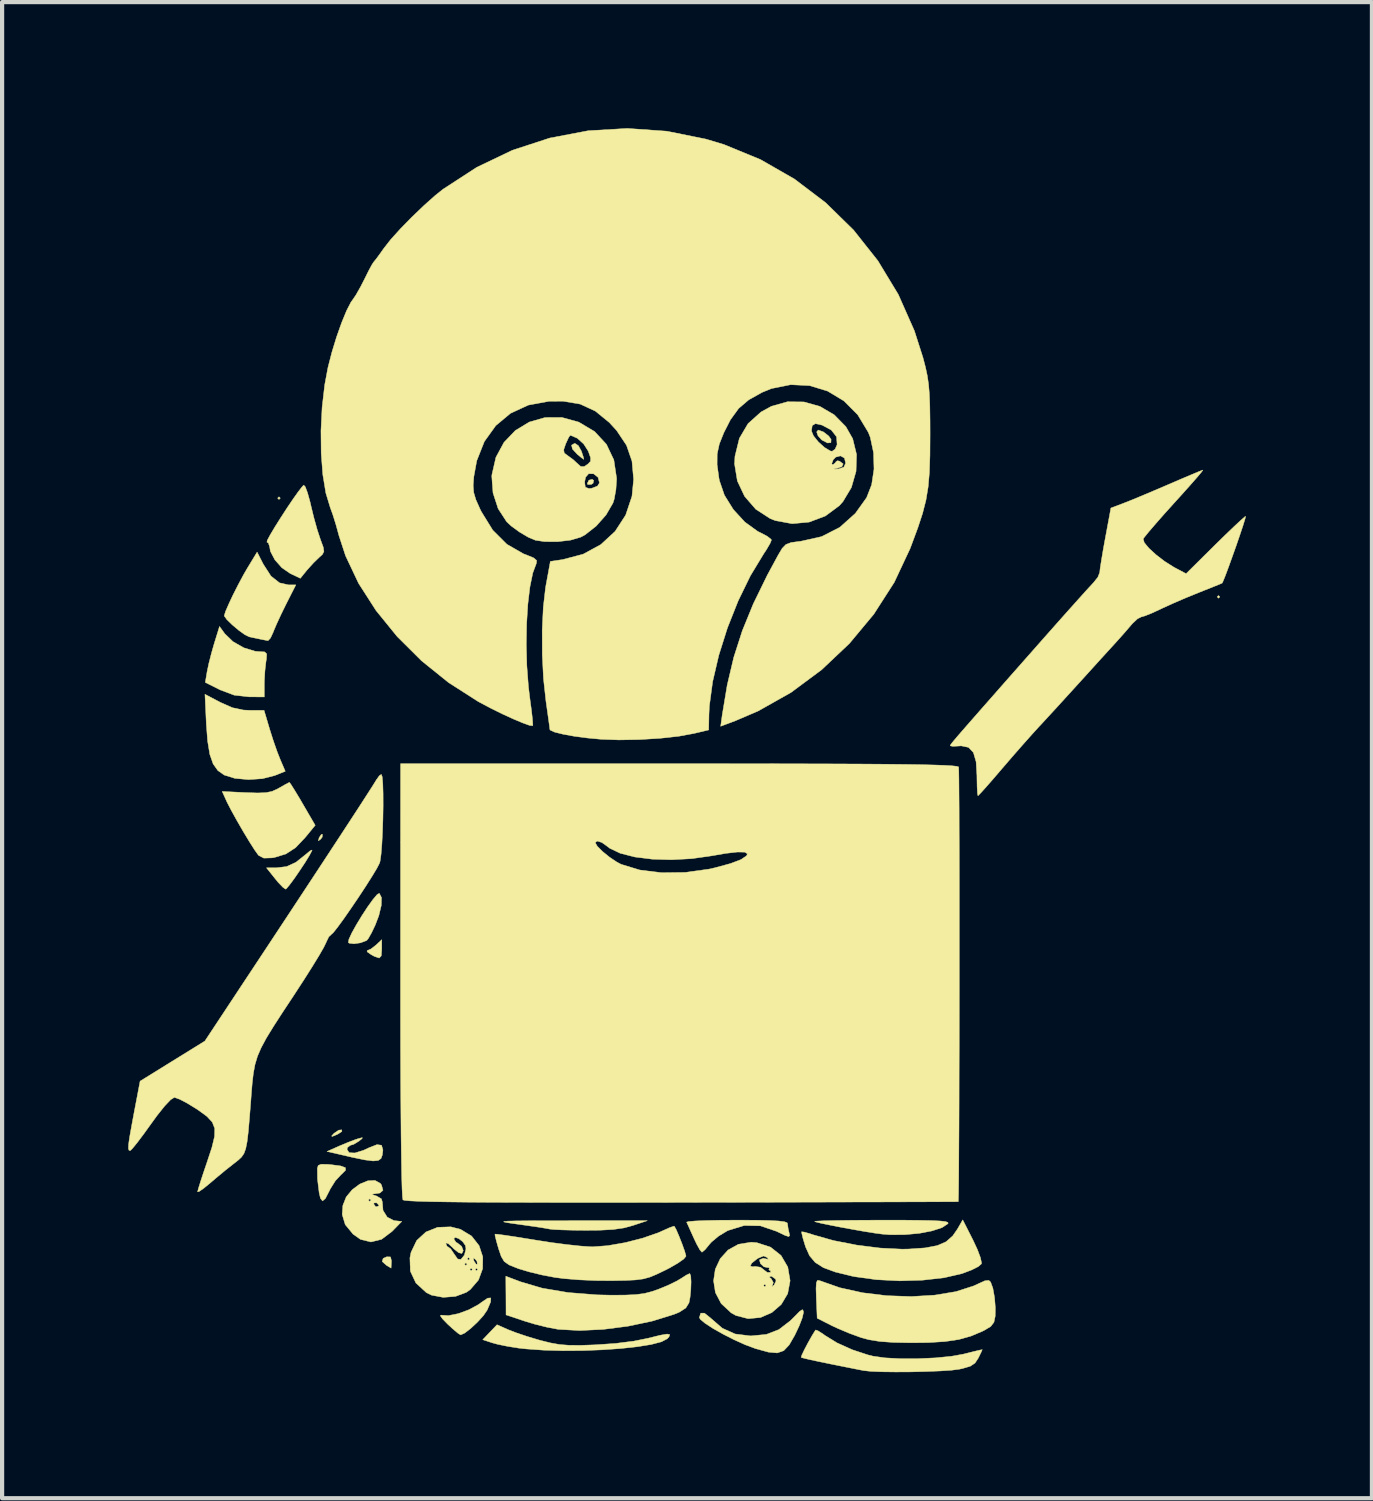
<source format=kicad_pcb>
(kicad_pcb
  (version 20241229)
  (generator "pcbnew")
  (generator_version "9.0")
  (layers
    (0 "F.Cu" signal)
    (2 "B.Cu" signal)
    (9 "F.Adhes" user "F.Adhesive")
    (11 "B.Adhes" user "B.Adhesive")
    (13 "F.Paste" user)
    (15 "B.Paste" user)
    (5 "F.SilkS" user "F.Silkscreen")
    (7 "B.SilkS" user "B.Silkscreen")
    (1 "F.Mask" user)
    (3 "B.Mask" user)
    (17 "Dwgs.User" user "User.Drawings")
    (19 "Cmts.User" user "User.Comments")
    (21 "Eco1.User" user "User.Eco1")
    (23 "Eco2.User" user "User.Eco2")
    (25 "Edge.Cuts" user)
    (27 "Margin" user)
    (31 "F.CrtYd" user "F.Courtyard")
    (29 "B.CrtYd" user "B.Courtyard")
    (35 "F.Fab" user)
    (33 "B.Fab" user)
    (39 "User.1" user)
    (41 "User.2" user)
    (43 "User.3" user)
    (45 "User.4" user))
  (footprint "BobaBot"
    (layer "F.Cu")
    (at 12.064 23.501)
    (property "Reference" "BobaBot" (at 0 0 0) (layer "F.SilkS") (effects (font (size 1.524 1.524) (thickness 0.3))))
    (attr through_hole)
    (fp_poly (pts (xy -8.445 -14.7) (xy -8.477 -14.668) (xy -8.509 -14.7) (xy -8.477 -14.732) (xy -8.445 -14.7)) (stroke (width 0.01) (type solid)) (fill yes) (layer "F.SilkS"))
    (fp_poly (pts (xy 3.239 3.651) (xy 3.207 3.683) (xy 3.175 3.651) (xy 3.207 3.619) (xy 3.239 3.651)) (stroke (width 0.01) (type solid)) (fill yes) (layer "F.SilkS"))
    (fp_poly (pts (xy 13.906 -12.351) (xy 13.875 -12.319) (xy 13.843 -12.351) (xy 13.875 -12.383) (xy 13.906 -12.351)) (stroke (width 0.01) (type solid)) (fill yes) (layer "F.SilkS"))
    (fp_poly (pts (xy -7.449 -6.634) (xy -7.485 -6.587) (xy -7.539 -6.547) (xy -7.525 -6.611) (xy -7.521 -6.623) (xy -7.47 -6.7) (xy -7.442 -6.701) (xy -7.449 -6.634)) (stroke (width 0.01) (type solid)) (fill yes) (layer "F.SilkS"))
    (fp_poly (pts (xy -0.989 -15.121) (xy -1.005 -15.053) (xy -1.048 -15.026) (xy -1.13 -15.023) (xy -1.143 -15.048) (xy -1.103 -15.128) (xy -1.025 -15.148) (xy -0.989 -15.121)) (stroke (width 0.01) (type solid)) (fill yes) (layer "F.SilkS"))
    (fp_poly (pts (xy -6.98 0.367) (xy -7.072 0.427) (xy -7.089 0.436) (xy -7.208 0.486) (xy -7.226 0.476) (xy -7.166 0.41) (xy -7.055 0.336) (xy -6.984 0.328) (xy -6.98 0.367)) (stroke (width 0.01) (type solid)) (fill yes) (layer "F.SilkS"))
    (fp_poly (pts (xy -5.823 3.352) (xy -5.801 3.445) (xy -5.802 3.469) (xy -5.808 3.583) (xy -5.81 3.618) (xy -5.857 3.589) (xy -5.921 3.551) (xy -6.022 3.461) (xy -5.998 3.386) (xy -5.913 3.349) (xy -5.823 3.352)) (stroke (width 0.01) (type solid)) (fill yes) (layer "F.SilkS"))
    (fp_poly (pts (xy -6.032 -3.971) (xy -6.043 -3.812) (xy -6.092 -3.759) (xy -6.207 -3.798) (xy -6.287 -3.842) (xy -6.378 -3.906) (xy -6.38 -3.935) (xy -6.378 -3.935) (xy -6.287 -3.976) (xy -6.171 -4.066) (xy -6.032 -4.196) (xy -6.032 -3.971)) (stroke (width 0.01) (type solid)) (fill yes) (layer "F.SilkS"))
    (fp_poly (pts (xy 4.475 -16.276) (xy 4.6 -16.179) (xy 4.658 -16.099) (xy 4.654 -16.02) (xy 4.573 -16.013) (xy 4.444 -16.079) (xy 4.429 -16.09) (xy 4.347 -16.183) (xy 4.315 -16.275) (xy 4.35 -16.319) (xy 4.354 -16.32) (xy 4.475 -16.276)) (stroke (width 0.01) (type solid)) (fill yes) (layer "F.SilkS"))
    (fp_poly (pts (xy -1.354 -15.948) (xy -1.282 -15.818) (xy -1.28 -15.812) (xy -1.237 -15.681) (xy -1.225 -15.623) (xy -1.226 -15.623) (xy -1.278 -15.66) (xy -1.381 -15.744) (xy -1.495 -15.868) (xy -1.517 -15.961) (xy -1.445 -16.002) (xy -1.435 -16.002) (xy -1.354 -15.948)) (stroke (width 0.01) (type solid)) (fill yes) (layer "F.SilkS"))
    (fp_poly (pts (xy -7.691 -6.318) (xy -7.748 -6.208) (xy -7.849 -6.042) (xy -7.976 -5.85) (xy -8.106 -5.66) (xy -8.221 -5.504) (xy -8.299 -5.411) (xy -8.319 -5.397) (xy -8.385 -5.443) (xy -8.497 -5.56) (xy -8.572 -5.652) (xy -8.774 -5.905) (xy -8.542 -5.905) (xy -8.296 -5.935) (xy -8.075 -6.036) (xy -7.85 -6.215) (xy -7.742 -6.305) (xy -7.691 -6.329) (xy -7.691 -6.318)) (stroke (width 0.01) (type solid)) (fill yes) (layer "F.SilkS"))
    (fp_poly (pts (xy -7.322 1.15) (xy -7.238 1.157) (xy -7.009 1.187) (xy -6.897 1.228) (xy -6.892 1.289) (xy -6.984 1.382) (xy -7.003 1.398) (xy -7.136 1.541) (xy -7.257 1.734) (xy -7.279 1.78) (xy -7.372 1.961) (xy -7.44 2.02) (xy -7.49 1.958) (xy -7.521 1.826) (xy -7.561 1.499) (xy -7.564 1.246) (xy -7.544 1.176) (xy -7.474 1.147) (xy -7.322 1.15)) (stroke (width 0.01) (type solid)) (fill yes) (layer "F.SilkS"))
    (fp_poly (pts (xy -6.038 -5.197) (xy -6.043 -5.011) (xy -6.101 -4.769) (xy -6.184 -4.55) (xy -6.274 -4.361) (xy -6.352 -4.223) (xy -6.391 -4.176) (xy -6.536 -4.121) (xy -6.693 -4.098) (xy -6.806 -4.112) (xy -6.827 -4.129) (xy -6.813 -4.206) (xy -6.744 -4.356) (xy -6.635 -4.552) (xy -6.504 -4.768) (xy -6.367 -4.977) (xy -6.241 -5.152) (xy -6.143 -5.268) (xy -6.09 -5.299) (xy -6.038 -5.197)) (stroke (width 0.01) (type solid)) (fill yes) (layer "F.SilkS"))
    (fp_poly (pts (xy -3.441 4.42) (xy -3.523 4.614) (xy -3.528 4.623) (xy -3.617 4.752) (xy -3.758 4.906) (xy -3.917 5.054) (xy -4.06 5.164) (xy -4.155 5.207) (xy -4.219 5.167) (xy -4.344 5.062) (xy -4.463 4.952) (xy -4.586 4.826) (xy -4.64 4.749) (xy -4.618 4.737) (xy -4.446 4.748) (xy -4.212 4.701) (xy -3.96 4.609) (xy -3.731 4.485) (xy -3.667 4.438) (xy -3.513 4.333) (xy -3.438 4.327) (xy -3.441 4.42)) (stroke (width 0.01) (type solid)) (fill yes) (layer "F.SilkS"))
    (fp_poly (pts (xy -9.875 -9.843) (xy -9.587 -9.715) (xy -9.325 -9.659) (xy -9.172 -9.652) (xy -8.832 -9.652) (xy -8.699 -9.204) (xy -8.613 -8.933) (xy -8.52 -8.667) (xy -8.446 -8.479) (xy -8.327 -8.202) (xy -8.578 -8.101) (xy -8.871 -8.026) (xy -9.205 -8.004) (xy -9.528 -8.034) (xy -9.779 -8.112) (xy -9.931 -8.219) (xy -10.043 -8.377) (xy -10.123 -8.605) (xy -10.175 -8.922) (xy -10.207 -9.345) (xy -10.208 -9.383) (xy -10.238 -10.034) (xy -9.875 -9.843)) (stroke (width 0.01) (type solid)) (fill yes) (layer "F.SilkS"))
    (fp_poly (pts (xy -9.765 -11.473) (xy -9.572 -11.287) (xy -9.312 -11.139) (xy -9.043 -11.057) (xy -8.948 -11.049) (xy -8.818 -11.042) (xy -8.769 -10.995) (xy -8.776 -10.871) (xy -8.786 -10.811) (xy -8.811 -10.592) (xy -8.825 -10.34) (xy -8.826 -10.271) (xy -8.826 -9.97) (xy -9.192 -9.973) (xy -9.543 -10.013) (xy -9.878 -10.139) (xy -9.893 -10.147) (xy -10.23 -10.316) (xy -10.187 -10.572) (xy -10.145 -10.771) (xy -10.079 -11.028) (xy -10.019 -11.237) (xy -9.892 -11.648) (xy -9.765 -11.473)) (stroke (width 0.01) (type solid)) (fill yes) (layer "F.SilkS"))
    (fp_poly (pts (xy -0.064 2.606) (xy -0.277 2.663) (xy -0.526 2.699) (xy -0.841 2.716) (xy -1.175 2.719) (xy -1.48 2.716) (xy -1.745 2.709) (xy -1.938 2.7) (xy -2.032 2.69) (xy -2.133 2.671) (xy -2.328 2.64) (xy -2.584 2.603) (xy -2.762 2.578) (xy -2.942 2.553) (xy -3.068 2.533) (xy -3.132 2.518) (xy -3.124 2.508) (xy -3.036 2.5) (xy -2.858 2.495) (xy -2.583 2.492) (xy -2.2 2.491) (xy -1.701 2.491) (xy -1.556 2.49) (xy 0.286 2.49) (xy -0.064 2.606)) (stroke (width 0.01) (type solid)) (fill yes) (layer "F.SilkS"))
    (fp_poly (pts (xy -6.5 0.536) (xy -6.572 0.595) (xy -6.699 0.673) (xy -6.779 0.696) (xy -6.849 0.75) (xy -6.858 0.794) (xy -6.809 0.872) (xy -6.672 0.879) (xy -6.465 0.815) (xy -6.339 0.756) (xy -6.146 0.68) (xy -6.037 0.695) (xy -6.004 0.806) (xy -6.018 0.925) (xy -6.049 1.01) (xy -6.115 1.057) (xy -6.236 1.069) (xy -6.433 1.044) (xy -6.724 0.984) (xy -6.858 0.953) (xy -7.334 0.843) (xy -7.048 0.716) (xy -6.843 0.63) (xy -6.659 0.56) (xy -6.604 0.542) (xy -6.495 0.513) (xy -6.5 0.536)) (stroke (width 0.01) (type solid)) (fill yes) (layer "F.SilkS"))
    (fp_poly (pts (xy 6.377 2.477) (xy 6.768 2.481) (xy 7.058 2.487) (xy 7.257 2.497) (xy 7.379 2.511) (xy 7.437 2.531) (xy 7.442 2.556) (xy 7.438 2.561) (xy 7.296 2.655) (xy 7.058 2.733) (xy 6.754 2.791) (xy 6.412 2.822) (xy 6.064 2.824) (xy 5.874 2.809) (xy 5.693 2.785) (xy 5.45 2.746) (xy 5.172 2.697) (xy 4.888 2.645) (xy 4.628 2.594) (xy 4.419 2.551) (xy 4.291 2.519) (xy 4.266 2.509) (xy 4.317 2.5) (xy 4.48 2.492) (xy 4.737 2.486) (xy 5.072 2.481) (xy 5.468 2.478) (xy 5.871 2.477) (xy 6.377 2.477)) (stroke (width 0.01) (type solid)) (fill yes) (layer "F.SilkS"))
    (fp_poly (pts (xy -8.849 -13.126) (xy -8.667 -12.845) (xy -8.463 -12.684) (xy -8.247 -12.636) (xy -8.076 -12.636) (xy -8.309 -12.176) (xy -8.43 -11.929) (xy -8.537 -11.697) (xy -8.609 -11.527) (xy -8.615 -11.509) (xy -8.678 -11.373) (xy -8.735 -11.311) (xy -8.742 -11.31) (xy -8.843 -11.329) (xy -8.922 -11.345) (xy -9.095 -11.381) (xy -9.186 -11.401) (xy -9.29 -11.452) (xy -9.436 -11.557) (xy -9.589 -11.686) (xy -9.715 -11.808) (xy -9.777 -11.894) (xy -9.779 -11.903) (xy -9.751 -11.998) (xy -9.676 -12.172) (xy -9.57 -12.398) (xy -9.446 -12.642) (xy -9.321 -12.876) (xy -9.23 -13.033) (xy -8.997 -13.417) (xy -8.849 -13.126)) (stroke (width 0.01) (type solid)) (fill yes) (layer "F.SilkS"))
    (fp_poly (pts (xy -8.19 -7.886) (xy -8.104 -7.749) (xy -7.984 -7.551) (xy -7.912 -7.427) (xy -7.615 -6.917) (xy -7.851 -6.629) (xy -8.082 -6.385) (xy -8.312 -6.235) (xy -8.583 -6.152) (xy -8.646 -6.142) (xy -8.837 -6.136) (xy -8.957 -6.197) (xy -8.971 -6.212) (xy -9.056 -6.33) (xy -9.181 -6.527) (xy -9.329 -6.772) (xy -9.479 -7.032) (xy -9.613 -7.274) (xy -9.712 -7.466) (xy -9.726 -7.496) (xy -9.828 -7.722) (xy -9.266 -7.695) (xy -8.981 -7.686) (xy -8.784 -7.694) (xy -8.641 -7.724) (xy -8.513 -7.782) (xy -8.476 -7.803) (xy -8.33 -7.886) (xy -8.24 -7.933) (xy -8.228 -7.938) (xy -8.19 -7.886)) (stroke (width 0.01) (type solid)) (fill yes) (layer "F.SilkS"))
    (fp_poly (pts (xy -7.85 -14.968) (xy -7.798 -14.828) (xy -7.739 -14.617) (xy -7.717 -14.522) (xy -7.647 -14.234) (xy -7.568 -13.952) (xy -7.496 -13.732) (xy -7.488 -13.709) (xy -7.423 -13.532) (xy -7.408 -13.43) (xy -7.444 -13.36) (xy -7.515 -13.296) (xy -7.653 -13.163) (xy -7.8 -13) (xy -7.813 -12.985) (xy -7.969 -12.793) (xy -8.209 -12.907) (xy -8.408 -13.044) (xy -8.576 -13.234) (xy -8.681 -13.435) (xy -8.699 -13.541) (xy -8.73 -13.636) (xy -8.764 -13.652) (xy -8.753 -13.701) (xy -8.684 -13.83) (xy -8.573 -14.016) (xy -8.435 -14.235) (xy -8.286 -14.465) (xy -8.14 -14.681) (xy -8.014 -14.859) (xy -7.921 -14.977) (xy -7.887 -15.01) (xy -7.85 -14.968)) (stroke (width 0.01) (type solid)) (fill yes) (layer "F.SilkS"))
    (fp_poly (pts (xy 3.999 4.64) (xy 4 4.68) (xy 3.972 4.803) (xy 3.898 4.995) (xy 3.794 5.215) (xy 3.793 5.217) (xy 3.661 5.445) (xy 3.532 5.582) (xy 3.377 5.636) (xy 3.166 5.617) (xy 2.871 5.536) (xy 2.85 5.529) (xy 2.616 5.442) (xy 2.354 5.324) (xy 2.091 5.19) (xy 1.851 5.055) (xy 1.661 4.931) (xy 1.546 4.835) (xy 1.524 4.794) (xy 1.557 4.689) (xy 1.646 4.69) (xy 1.78 4.796) (xy 1.784 4.8) (xy 2.07 5.048) (xy 2.375 5.185) (xy 2.736 5.23) (xy 2.757 5.23) (xy 3.118 5.195) (xy 3.416 5.08) (xy 3.693 4.867) (xy 3.782 4.778) (xy 3.91 4.648) (xy 3.976 4.605) (xy 3.999 4.64)) (stroke (width 0.01) (type solid)) (fill yes) (layer "F.SilkS"))
    (fp_poly (pts (xy -3.026 5.082) (xy -2.834 5.156) (xy -2.572 5.244) (xy -2.292 5.328) (xy -2.255 5.338) (xy -2.015 5.398) (xy -1.8 5.436) (xy -1.573 5.454) (xy -1.295 5.455) (xy -0.954 5.443) (xy -0.472 5.41) (xy -0.035 5.355) (xy 0.316 5.284) (xy 0.318 5.283) (xy 0.591 5.215) (xy 0.755 5.187) (xy 0.821 5.2) (xy 0.801 5.254) (xy 0.758 5.3) (xy 0.622 5.371) (xy 0.378 5.435) (xy 0.049 5.488) (xy -0.346 5.531) (xy -0.787 5.562) (xy -1.254 5.58) (xy -1.725 5.583) (xy -2.181 5.57) (xy -2.602 5.54) (xy -2.783 5.52) (xy -3.038 5.479) (xy -3.277 5.43) (xy -3.408 5.394) (xy -3.63 5.321) (xy -3.29 4.965) (xy -3.026 5.082)) (stroke (width 0.01) (type solid)) (fill yes) (layer "F.SilkS"))
    (fp_poly (pts (xy 2.851 2.478) (xy 3.181 2.485) (xy 3.409 2.497) (xy 3.549 2.515) (xy 3.613 2.54) (xy 3.62 2.556) (xy 3.637 2.68) (xy 3.658 2.771) (xy 3.673 2.845) (xy 3.649 2.868) (xy 3.563 2.84) (xy 3.39 2.757) (xy 3.367 2.745) (xy 2.976 2.612) (xy 2.593 2.604) (xy 2.208 2.722) (xy 2.187 2.732) (xy 1.985 2.854) (xy 1.812 2.998) (xy 1.762 3.055) (xy 1.662 3.177) (xy 1.591 3.237) (xy 1.584 3.239) (xy 1.537 3.185) (xy 1.461 3.048) (xy 1.393 2.905) (xy 1.308 2.716) (xy 1.244 2.574) (xy 1.221 2.524) (xy 1.273 2.509) (xy 1.433 2.496) (xy 1.683 2.486) (xy 2.003 2.479) (xy 2.374 2.477) (xy 2.408 2.477) (xy 2.851 2.478)) (stroke (width 0.01) (type solid)) (fill yes) (layer "F.SilkS"))
    (fp_poly (pts (xy 4.381 3.914) (xy 4.864 4.084) (xy 5.408 4.204) (xy 5.984 4.274) (xy 6.565 4.294) (xy 7.122 4.261) (xy 7.628 4.177) (xy 8.054 4.04) (xy 8.154 3.993) (xy 8.318 3.919) (xy 8.41 3.91) (xy 8.453 3.949) (xy 8.507 4.096) (xy 8.547 4.319) (xy 8.566 4.567) (xy 8.562 4.764) (xy 8.532 4.907) (xy 8.456 5.006) (xy 8.299 5.1) (xy 8.255 5.122) (xy 7.984 5.236) (xy 7.698 5.316) (xy 7.368 5.365) (xy 6.967 5.39) (xy 6.553 5.394) (xy 6.137 5.386) (xy 5.817 5.363) (xy 5.561 5.322) (xy 5.378 5.273) (xy 5.1 5.172) (xy 4.804 5.047) (xy 4.668 4.983) (xy 4.327 4.81) (xy 4.307 4.341) (xy 4.3 4.1) (xy 4.308 3.964) (xy 4.334 3.909) (xy 4.381 3.914)) (stroke (width 0.01) (type solid)) (fill yes) (layer "F.SilkS"))
    (fp_poly (pts (xy 8.031 2.945) (xy 8.138 3.174) (xy 8.211 3.369) (xy 8.238 3.496) (xy 8.235 3.516) (xy 8.16 3.582) (xy 7.996 3.664) (xy 7.779 3.746) (xy 7.766 3.75) (xy 7.341 3.848) (xy 6.834 3.905) (xy 6.286 3.921) (xy 5.736 3.893) (xy 5.223 3.822) (xy 5.144 3.806) (xy 4.757 3.711) (xy 4.477 3.608) (xy 4.28 3.483) (xy 4.145 3.323) (xy 4.051 3.113) (xy 4.043 3.088) (xy 3.988 2.907) (xy 3.959 2.784) (xy 3.957 2.753) (xy 4.021 2.761) (xy 4.163 2.802) (xy 4.234 2.826) (xy 4.715 2.962) (xy 5.265 3.07) (xy 5.828 3.141) (xy 6.349 3.167) (xy 6.505 3.164) (xy 6.895 3.137) (xy 7.183 3.082) (xy 7.395 2.99) (xy 7.553 2.85) (xy 7.666 2.686) (xy 7.79 2.47) (xy 8.031 2.945)) (stroke (width 0.01) (type solid)) (fill yes) (layer "F.SilkS"))
    (fp_poly (pts (xy 1.319 3.803) (xy 1.327 3.943) (xy 1.321 4.127) (xy 1.303 4.313) (xy 1.277 4.444) (xy 1.203 4.565) (xy 1.043 4.668) (xy 0.918 4.719) (xy 0.401 4.879) (xy -0.173 5) (xy -0.763 5.076) (xy -1.327 5.103) (xy -1.823 5.075) (xy -1.848 5.072) (xy -2.101 5.024) (xy -2.402 4.949) (xy -2.639 4.877) (xy -3.075 4.731) (xy -3.077 4.27) (xy -3.079 4.047) (xy -3.08 3.883) (xy -3.08 3.811) (xy -3.08 3.81) (xy -3.026 3.831) (xy -2.886 3.884) (xy -2.731 3.943) (xy -2.215 4.095) (xy -1.601 4.199) (xy -0.907 4.254) (xy -0.603 4.261) (xy -0.25 4.26) (xy 0.012 4.248) (xy 0.217 4.221) (xy 0.402 4.173) (xy 0.54 4.125) (xy 0.772 4.03) (xy 0.979 3.929) (xy 1.089 3.865) (xy 1.216 3.783) (xy 1.294 3.747) (xy 1.296 3.747) (xy 1.319 3.803)) (stroke (width 0.01) (type solid)) (fill yes) (layer "F.SilkS"))
    (fp_poly (pts (xy -6.062 1.605) (xy -6.037 1.643) (xy -6.003 1.767) (xy -6.077 1.832) (xy -6.186 1.848) (xy -6.265 1.857) (xy -6.229 1.879) (xy -6.16 1.9) (xy -6.04 1.97) (xy -6.018 2.045) (xy -6.002 2.244) (xy -5.902 2.405) (xy -5.745 2.486) (xy -5.734 2.488) (xy -5.556 2.508) (xy -5.788 2.746) (xy -6.036 2.933) (xy -6.289 2.996) (xy -6.538 2.935) (xy -6.715 2.809) (xy -6.901 2.583) (xy -6.973 2.343) (xy -6.957 2.127) (xy -6.943 2.092) (xy -6.223 2.092) (xy -6.177 2.156) (xy -6.16 2.159) (xy -6.098 2.137) (xy -6.096 2.131) (xy -6.14 2.077) (xy -6.16 2.064) (xy -6.218 2.069) (xy -6.223 2.092) (xy -6.943 2.092) (xy -6.907 2) (xy -6.35 2) (xy -6.318 2.032) (xy -6.287 2) (xy -6.318 1.968) (xy -6.35 2) (xy -6.907 2) (xy -6.878 1.926) (xy -6.734 1.752) (xy -6.555 1.619) (xy -6.365 1.541) (xy -6.192 1.532) (xy -6.062 1.605)) (stroke (width 0.01) (type solid)) (fill yes) (layer "F.SilkS"))
    (fp_poly (pts (xy 4.348 5.11) (xy 4.468 5.187) (xy 4.52 5.225) (xy 4.802 5.398) (xy 5.157 5.558) (xy 5.532 5.682) (xy 5.652 5.712) (xy 5.94 5.753) (xy 6.312 5.773) (xy 6.728 5.772) (xy 7.145 5.753) (xy 7.524 5.715) (xy 7.822 5.661) (xy 7.826 5.659) (xy 8.038 5.606) (xy 8.191 5.569) (xy 8.255 5.558) (xy 8.255 5.558) (xy 8.23 5.615) (xy 8.168 5.742) (xy 8.159 5.76) (xy 8.082 5.877) (xy 7.97 5.952) (xy 7.783 6.007) (xy 7.704 6.024) (xy 7.524 6.047) (xy 7.252 6.065) (xy 6.919 6.078) (xy 6.557 6.087) (xy 6.197 6.089) (xy 5.869 6.085) (xy 5.604 6.074) (xy 5.434 6.056) (xy 5.429 6.055) (xy 5.316 6.033) (xy 5.111 5.992) (xy 4.845 5.939) (xy 4.636 5.897) (xy 4.361 5.84) (xy 4.137 5.792) (xy 3.989 5.756) (xy 3.945 5.742) (xy 3.963 5.684) (xy 4.025 5.554) (xy 4.111 5.391) (xy 4.201 5.231) (xy 4.273 5.114) (xy 4.291 5.089) (xy 4.348 5.11)) (stroke (width 0.01) (type solid)) (fill yes) (layer "F.SilkS"))
    (fp_poly (pts (xy 0.973 2.701) (xy 1.04 2.857) (xy 1.113 3.042) (xy 1.174 3.213) (xy 1.205 3.324) (xy 1.206 3.336) (xy 1.153 3.401) (xy 1.011 3.501) (xy 0.806 3.619) (xy 0.718 3.664) (xy 0.51 3.764) (xy 0.346 3.832) (xy 0.19 3.875) (xy 0.009 3.899) (xy -0.23 3.911) (xy -0.563 3.917) (xy -0.568 3.917) (xy -0.942 3.914) (xy -1.334 3.897) (xy -1.691 3.868) (xy -1.911 3.84) (xy -2.216 3.782) (xy -2.522 3.708) (xy -2.771 3.634) (xy -2.803 3.622) (xy -3.002 3.542) (xy -3.118 3.461) (xy -3.19 3.341) (xy -3.252 3.159) (xy -3.305 2.973) (xy -3.336 2.845) (xy -3.338 2.809) (xy -3.273 2.813) (xy -3.105 2.836) (xy -2.856 2.873) (xy -2.548 2.923) (xy -2.375 2.951) (xy -2.003 3.009) (xy -1.636 3.057) (xy -1.312 3.092) (xy -1.065 3.11) (xy -1.012 3.111) (xy -0.657 3.084) (xy -0.243 3.012) (xy 0.175 2.905) (xy 0.542 2.778) (xy 0.657 2.727) (xy 0.813 2.657) (xy 0.912 2.622) (xy 0.928 2.621) (xy 0.973 2.701)) (stroke (width 0.01) (type solid)) (fill yes) (layer "F.SilkS"))
    (fp_poly (pts (xy 4.013 -16.989) (xy 4.392 -16.882) (xy 4.732 -16.683) (xy 5.009 -16.401) (xy 5.172 -16.115) (xy 5.264 -15.739) (xy 5.252 -15.339) (xy 5.141 -14.953) (xy 4.939 -14.616) (xy 4.852 -14.519) (xy 4.52 -14.274) (xy 4.136 -14.13) (xy 3.731 -14.092) (xy 3.331 -14.166) (xy 3.207 -14.215) (xy 2.865 -14.437) (xy 2.6 -14.744) (xy 2.428 -15.109) (xy 2.362 -15.509) (xy 2.362 -15.517) (xy 4.672 -15.517) (xy 4.698 -15.494) (xy 4.761 -15.541) (xy 4.763 -15.556) (xy 4.809 -15.59) (xy 4.858 -15.58) (xy 4.946 -15.515) (xy 4.916 -15.45) (xy 4.81 -15.413) (xy 4.723 -15.394) (xy 4.756 -15.39) (xy 4.826 -15.393) (xy 4.961 -15.437) (xy 5.004 -15.533) (xy 4.976 -15.654) (xy 4.882 -15.706) (xy 4.768 -15.676) (xy 4.708 -15.612) (xy 4.672 -15.517) (xy 2.362 -15.517) (xy 2.371 -15.696) (xy 2.476 -16.123) (xy 2.579 -16.298) (xy 4.191 -16.298) (xy 4.239 -16.182) (xy 4.355 -16.038) (xy 4.501 -15.906) (xy 4.637 -15.824) (xy 4.682 -15.814) (xy 4.754 -15.866) (xy 4.801 -15.973) (xy 4.788 -16.16) (xy 4.662 -16.321) (xy 4.444 -16.437) (xy 4.286 -16.473) (xy 4.209 -16.426) (xy 4.191 -16.298) (xy 2.579 -16.298) (xy 2.683 -16.474) (xy 2.991 -16.75) (xy 3.239 -16.886) (xy 3.62 -16.993) (xy 4.013 -16.989)) (stroke (width 0.01) (type solid)) (fill yes) (layer "F.SilkS"))
    (fp_poly (pts (xy -1.345 -16.509) (xy -0.967 -16.284) (xy -0.686 -15.98) (xy -0.51 -15.609) (xy -0.445 -15.177) (xy -0.445 -15.145) (xy -0.461 -14.902) (xy -0.502 -14.675) (xy -0.532 -14.582) (xy -0.695 -14.302) (xy -0.93 -14.036) (xy -1.193 -13.829) (xy -1.301 -13.771) (xy -1.544 -13.7) (xy -1.851 -13.664) (xy -2.162 -13.666) (xy -2.378 -13.699) (xy -2.547 -13.77) (xy -2.756 -13.894) (xy -2.953 -14.038) (xy -3.061 -14.139) (xy -3.263 -14.45) (xy -3.385 -14.824) (xy -3.404 -15.079) (xy -1.206 -15.079) (xy -1.188 -14.96) (xy -1.105 -14.929) (xy -1.038 -14.934) (xy -0.899 -14.988) (xy -0.853 -15.063) (xy -0.886 -15.195) (xy -0.992 -15.279) (xy -1.11 -15.281) (xy -1.183 -15.196) (xy -1.206 -15.079) (xy -3.404 -15.079) (xy -3.414 -15.215) (xy -3.411 -15.257) (xy -3.316 -15.672) (xy -3.22 -15.849) (xy -1.704 -15.849) (xy -1.689 -15.772) (xy -1.621 -15.721) (xy -1.477 -15.616) (xy -1.403 -15.547) (xy -1.298 -15.453) (xy -1.216 -15.451) (xy -1.128 -15.51) (xy -1.066 -15.575) (xy -1.063 -15.66) (xy -1.116 -15.811) (xy -1.119 -15.819) (xy -1.228 -15.989) (xy -1.38 -16.126) (xy -1.532 -16.191) (xy -1.551 -16.192) (xy -1.587 -16.141) (xy -1.646 -16.013) (xy -1.656 -15.991) (xy -1.704 -15.849) (xy -3.22 -15.849) (xy -3.124 -16.027) (xy -2.853 -16.31) (xy -2.521 -16.511) (xy -2.146 -16.618) (xy -1.747 -16.62) (xy -1.345 -16.509)) (stroke (width 0.01) (type solid)) (fill yes) (layer "F.SilkS"))
    (fp_poly (pts (xy 2.892 3.013) (xy 3.218 3.119) (xy 3.468 3.318) (xy 3.628 3.592) (xy 3.683 3.918) (xy 3.626 4.225) (xy 3.474 4.481) (xy 3.25 4.675) (xy 2.98 4.793) (xy 2.686 4.821) (xy 2.394 4.746) (xy 2.28 4.682) (xy 2.043 4.461) (xy 1.906 4.2) (xy 1.88 4.032) (xy 3.048 4.032) (xy 3.08 4.064) (xy 3.111 4.032) (xy 3.08 4) (xy 3.048 4.032) (xy 1.88 4.032) (xy 1.862 3.921) (xy 1.875 3.833) (xy 3.188 3.833) (xy 3.231 3.867) (xy 3.284 3.96) (xy 3.269 4.009) (xy 3.247 4.062) (xy 3.3 4.022) (xy 3.348 3.924) (xy 3.337 3.879) (xy 3.245 3.814) (xy 3.219 3.811) (xy 3.188 3.833) (xy 1.875 3.833) (xy 1.903 3.644) (xy 1.939 3.568) (xy 2.735 3.568) (xy 2.797 3.587) (xy 2.846 3.577) (xy 2.978 3.597) (xy 3.046 3.649) (xy 3.139 3.72) (xy 3.214 3.721) (xy 3.229 3.654) (xy 3.227 3.65) (xy 3.167 3.603) (xy 3.152 3.606) (xy 3.061 3.587) (xy 2.978 3.511) (xy 2.955 3.427) (xy 2.96 3.417) (xy 3.042 3.385) (xy 3.102 3.397) (xy 3.168 3.411) (xy 3.134 3.363) (xy 3.049 3.329) (xy 2.923 3.382) (xy 2.896 3.399) (xy 2.77 3.5) (xy 2.735 3.568) (xy 1.939 3.568) (xy 2.021 3.393) (xy 2.207 3.187) (xy 2.455 3.05) (xy 2.755 3.002) (xy 2.892 3.013)) (stroke (width 0.01) (type solid)) (fill yes) (layer "F.SilkS"))
    (fp_poly (pts (xy -4.159 2.695) (xy -3.894 2.856) (xy -3.716 3.083) (xy -3.628 3.351) (xy -3.632 3.633) (xy -3.73 3.9) (xy -3.925 4.127) (xy -4.019 4.194) (xy -4.277 4.291) (xy -4.57 4.314) (xy -4.846 4.262) (xy -4.972 4.2) (xy -5.22 3.972) (xy -5.35 3.695) (xy -5.352 3.651) (xy -3.937 3.651) (xy -3.905 3.683) (xy -3.873 3.651) (xy -3.81 3.651) (xy -3.778 3.683) (xy -3.747 3.651) (xy -3.778 3.619) (xy -3.81 3.651) (xy -3.873 3.651) (xy -3.905 3.619) (xy -3.937 3.651) (xy -5.352 3.651) (xy -5.357 3.524) (xy -4.064 3.524) (xy -4.032 3.556) (xy -4 3.524) (xy -4.032 3.493) (xy -4.064 3.524) (xy -5.357 3.524) (xy -5.362 3.374) (xy -5.335 3.241) (xy -5.235 3.033) (xy -4.508 3.033) (xy -4.475 3.106) (xy -4.456 3.111) (xy -4.391 3.161) (xy -4.318 3.27) (xy -4.226 3.402) (xy -4.146 3.411) (xy -4.136 3.397) (xy -4 3.397) (xy -3.969 3.429) (xy -3.937 3.397) (xy -3.962 3.372) (xy -3.856 3.372) (xy -3.842 3.436) (xy -3.838 3.448) (xy -3.787 3.525) (xy -3.759 3.526) (xy -3.766 3.459) (xy -3.802 3.412) (xy -3.856 3.372) (xy -3.962 3.372) (xy -3.969 3.365) (xy -4 3.397) (xy -4.136 3.397) (xy -4.066 3.307) (xy -4.029 3.163) (xy -4.04 3.083) (xy -4.106 2.988) (xy -4.201 2.915) (xy -4.285 2.887) (xy -4.318 2.921) (xy -4.267 3.001) (xy -4.228 3.023) (xy -4.132 3.099) (xy -4.093 3.201) (xy -4.126 3.27) (xy -4.202 3.251) (xy -4.317 3.16) (xy -4.346 3.129) (xy -4.448 3.037) (xy -4.505 3.02) (xy -4.508 3.033) (xy -5.235 3.033) (xy -5.2 2.96) (xy -4.981 2.758) (xy -4.703 2.647) (xy -4.389 2.636) (xy -4.159 2.695)) (stroke (width 0.01) (type solid)) (fill yes) (layer "F.SilkS"))
    (fp_poly (pts (xy -6.021 -8.069) (xy -6.007 -7.908) (xy -6 -7.671) (xy -5.999 -7.383) (xy -6.004 -7.07) (xy -6.014 -6.756) (xy -6.029 -6.467) (xy -6.048 -6.228) (xy -6.071 -6.064) (xy -6.084 -6.018) (xy -6.148 -5.893) (xy -6.264 -5.701) (xy -6.414 -5.464) (xy -6.585 -5.204) (xy -6.762 -4.943) (xy -6.93 -4.701) (xy -7.075 -4.502) (xy -7.181 -4.367) (xy -7.234 -4.318) (xy -7.291 -4.265) (xy -7.354 -4.135) (xy -7.358 -4.123) (xy -7.414 -4.009) (xy -7.528 -3.811) (xy -7.689 -3.548) (xy -7.884 -3.24) (xy -8.1 -2.908) (xy -8.105 -2.9) (xy -8.388 -2.472) (xy -8.609 -2.13) (xy -8.778 -1.854) (xy -8.901 -1.624) (xy -8.989 -1.421) (xy -9.048 -1.223) (xy -9.087 -1.012) (xy -9.115 -0.767) (xy -9.139 -0.468) (xy -9.145 -0.381) (xy -9.179 0.05) (xy -9.207 0.374) (xy -9.235 0.61) (xy -9.268 0.776) (xy -9.31 0.892) (xy -9.368 0.977) (xy -9.447 1.05) (xy -9.543 1.125) (xy -9.747 1.286) (xy -9.98 1.479) (xy -10.112 1.592) (xy -10.267 1.719) (xy -10.376 1.795) (xy -10.414 1.803) (xy -10.394 1.725) (xy -10.341 1.554) (xy -10.263 1.317) (xy -10.187 1.094) (xy -10.072 0.745) (xy -10.01 0.487) (xy -10.005 0.296) (xy -10.064 0.145) (xy -10.191 0.009) (xy -10.392 -0.138) (xy -10.448 -0.175) (xy -10.658 -0.304) (xy -10.84 -0.399) (xy -10.958 -0.441) (xy -10.969 -0.442) (xy -11.055 -0.388) (xy -11.195 -0.24) (xy -11.378 -0.011) (xy -11.525 0.192) (xy -11.7 0.435) (xy -11.851 0.635) (xy -11.962 0.771) (xy -12.017 0.824) (xy -12.017 0.824) (xy -12.046 0.814) (xy -12.059 0.77) (xy -12.055 0.673) (xy -12.031 0.505) (xy -11.985 0.247) (xy -11.924 -0.082) (xy -11.781 -0.83) (xy -11.011 -1.307) (xy -10.24 -1.784) (xy -9.287 -3.226) (xy -8.787 -3.982) (xy -8.317 -4.694) (xy -7.882 -5.354) (xy -7.486 -5.956) (xy -7.133 -6.494) (xy -6.828 -6.96) (xy -6.575 -7.348) (xy -6.379 -7.652) (xy -6.242 -7.865) (xy -6.171 -7.98) (xy -6.165 -7.991) (xy -6.09 -8.096) (xy -6.042 -8.128) (xy -6.021 -8.069)) (stroke (width 0.01) (type solid)) (fill yes) (layer "F.SilkS"))
    (fp_poly (pts (xy 2.152 -8.382) (xy 3.134 -8.381) (xy 4 -8.379) (xy 4.758 -8.377) (xy 5.413 -8.374) (xy 5.971 -8.37) (xy 6.439 -8.365) (xy 6.823 -8.359) (xy 7.128 -8.351) (xy 7.36 -8.343) (xy 7.527 -8.333) (xy 7.633 -8.322) (xy 7.685 -8.31) (xy 7.692 -8.303) (xy 7.696 -8.21) (xy 7.699 -8.005) (xy 7.701 -7.699) (xy 7.704 -7.303) (xy 7.705 -6.829) (xy 7.707 -6.289) (xy 7.708 -5.693) (xy 7.708 -5.054) (xy 7.708 -4.382) (xy 7.708 -3.69) (xy 7.708 -2.989) (xy 7.707 -2.291) (xy 7.706 -1.606) (xy 7.704 -0.947) (xy 7.703 -0.324) (xy 7.701 0.25) (xy 7.698 0.764) (xy 7.696 1.207) (xy 7.693 1.568) (xy 7.69 1.833) (xy 7.686 1.993) (xy 7.684 2.037) (xy 7.617 2.038) (xy 7.432 2.039) (xy 7.137 2.04) (xy 6.74 2.042) (xy 6.249 2.043) (xy 5.674 2.045) (xy 5.022 2.046) (xy 4.302 2.048) (xy 3.523 2.05) (xy 2.692 2.052) (xy 1.819 2.053) (xy 1.092 2.055) (xy -0.047 2.057) (xy -1.064 2.057) (xy -1.962 2.057) (xy -2.748 2.055) (xy -3.426 2.053) (xy -4 2.049) (xy -4.475 2.043) (xy -4.855 2.037) (xy -5.146 2.029) (xy -5.352 2.019) (xy -5.478 2.008) (xy -5.528 1.996) (xy -5.528 1.996) (xy -5.539 1.92) (xy -5.549 1.723) (xy -5.558 1.411) (xy -5.565 0.991) (xy -5.572 0.468) (xy -5.577 -0.152) (xy -5.582 -0.862) (xy -5.585 -1.657) (xy -5.586 -2.529) (xy -5.586 -3.229) (xy -5.585 -6.504) (xy -0.953 -6.504) (xy -0.904 -6.418) (xy -0.78 -6.294) (xy -0.615 -6.16) (xy -0.443 -6.044) (xy -0.336 -5.988) (xy 0.108 -5.853) (xy 0.626 -5.789) (xy 1.186 -5.796) (xy 1.756 -5.875) (xy 1.888 -5.905) (xy 2.261 -6.006) (xy 2.515 -6.102) (xy 2.647 -6.192) (xy 2.667 -6.238) (xy 2.607 -6.278) (xy 2.431 -6.281) (xy 2.145 -6.248) (xy 1.82 -6.191) (xy 1.341 -6.123) (xy 0.86 -6.097) (xy 0.401 -6.111) (xy -0.013 -6.163) (xy -0.358 -6.251) (xy -0.611 -6.372) (xy -0.671 -6.419) (xy -0.796 -6.508) (xy -0.903 -6.542) (xy -0.952 -6.509) (xy -0.953 -6.504) (xy -5.585 -6.504) (xy -5.584 -8.382) (xy 1.05 -8.382) (xy 2.152 -8.382)) (stroke (width 0.01) (type solid)) (fill yes) (layer "F.SilkS"))
    (fp_poly (pts (xy 13.472 -15.323) (xy 13.369 -15.2) (xy 13.207 -15.015) (xy 12.999 -14.782) (xy 12.824 -14.589) (xy 12.585 -14.324) (xy 12.377 -14.087) (xy 12.213 -13.896) (xy 12.111 -13.77) (xy 12.083 -13.729) (xy 12.109 -13.642) (xy 12.219 -13.509) (xy 12.388 -13.354) (xy 12.592 -13.197) (xy 12.807 -13.061) (xy 12.845 -13.04) (xy 13.104 -12.903) (xy 13.802 -13.595) (xy 14.043 -13.831) (xy 14.25 -14.029) (xy 14.408 -14.176) (xy 14.502 -14.257) (xy 14.52 -14.267) (xy 14.506 -14.205) (xy 14.459 -14.051) (xy 14.386 -13.832) (xy 14.298 -13.575) (xy 14.203 -13.308) (xy 14.113 -13.058) (xy 14.036 -12.852) (xy 13.981 -12.717) (xy 13.961 -12.678) (xy 13.896 -12.65) (xy 13.74 -12.587) (xy 13.521 -12.5) (xy 13.399 -12.451) (xy 13.099 -12.329) (xy 12.791 -12.196) (xy 12.532 -12.078) (xy 12.487 -12.056) (xy 12.283 -11.962) (xy 12.119 -11.897) (xy 12.036 -11.874) (xy 11.947 -11.829) (xy 11.827 -11.717) (xy 11.797 -11.682) (xy 11.66 -11.522) (xy 11.486 -11.326) (xy 11.391 -11.221) (xy 11.255 -11.072) (xy 11.058 -10.856) (xy 10.826 -10.6) (xy 10.582 -10.331) (xy 10.541 -10.286) (xy 10.288 -10.008) (xy 10.032 -9.727) (xy 9.802 -9.477) (xy 9.626 -9.286) (xy 9.611 -9.271) (xy 9.44 -9.083) (xy 9.217 -8.832) (xy 8.969 -8.549) (xy 8.73 -8.271) (xy 8.525 -8.032) (xy 8.351 -7.833) (xy 8.223 -7.691) (xy 8.157 -7.623) (xy 8.152 -7.62) (xy 8.14 -7.678) (xy 8.132 -7.833) (xy 8.128 -8.052) (xy 8.128 -8.096) (xy 8.108 -8.427) (xy 8.044 -8.648) (xy 7.928 -8.771) (xy 7.753 -8.807) (xy 7.685 -8.802) (xy 7.551 -8.795) (xy 7.493 -8.808) (xy 7.493 -8.809) (xy 7.495 -8.82) (xy 7.506 -8.84) (xy 7.534 -8.877) (xy 7.585 -8.939) (xy 7.667 -9.036) (xy 7.788 -9.176) (xy 7.954 -9.366) (xy 8.174 -9.617) (xy 8.454 -9.935) (xy 8.801 -10.33) (xy 9.224 -10.809) (xy 9.328 -10.927) (xy 9.672 -11.317) (xy 9.994 -11.681) (xy 10.285 -12.008) (xy 10.533 -12.285) (xy 10.726 -12.5) (xy 10.855 -12.64) (xy 10.899 -12.687) (xy 11.004 -12.818) (xy 11.049 -12.932) (xy 11.049 -12.935) (xy 11.06 -13.036) (xy 11.091 -13.232) (xy 11.135 -13.494) (xy 11.182 -13.751) (xy 11.315 -14.465) (xy 11.611 -14.577) (xy 11.783 -14.645) (xy 12.038 -14.75) (xy 12.343 -14.879) (xy 12.663 -15.016) (xy 12.689 -15.027) (xy 12.979 -15.152) (xy 13.225 -15.256) (xy 13.404 -15.331) (xy 13.496 -15.366) (xy 13.502 -15.367) (xy 13.472 -15.323)) (stroke (width 0.01) (type solid)) (fill yes) (layer "F.SilkS"))
    (fp_poly (pts (xy 0.748 -23.43) (xy 1.68 -23.242) (xy 2.109 -23.113) (xy 2.977 -22.756) (xy 3.786 -22.292) (xy 4.527 -21.73) (xy 5.192 -21.079) (xy 5.771 -20.348) (xy 6.257 -19.546) (xy 6.64 -18.681) (xy 6.843 -18.047) (xy 6.903 -17.817) (xy 6.947 -17.613) (xy 6.977 -17.409) (xy 6.996 -17.178) (xy 7.007 -16.893) (xy 7.012 -16.525) (xy 7.013 -16.224) (xy 7.01 -15.72) (xy 6.997 -15.311) (xy 6.967 -14.966) (xy 6.915 -14.652) (xy 6.835 -14.339) (xy 6.722 -13.995) (xy 6.571 -13.588) (xy 6.535 -13.494) (xy 6.16 -12.695) (xy 5.675 -11.94) (xy 5.095 -11.243) (xy 4.433 -10.617) (xy 3.704 -10.076) (xy 2.922 -9.635) (xy 2.38 -9.403) (xy 2.031 -9.272) (xy 2.068 -9.542) (xy 2.187 -10.255) (xy 2.342 -10.912) (xy 2.546 -11.546) (xy 2.808 -12.187) (xy 3.14 -12.867) (xy 3.397 -13.342) (xy 3.494 -13.506) (xy 3.583 -13.597) (xy 3.706 -13.644) (xy 3.907 -13.671) (xy 3.937 -13.674) (xy 4.432 -13.785) (xy 4.865 -14.006) (xy 5.235 -14.337) (xy 5.503 -14.712) (xy 5.623 -15.019) (xy 5.679 -15.391) (xy 5.668 -15.781) (xy 5.591 -16.145) (xy 5.543 -16.267) (xy 5.291 -16.684) (xy 4.963 -17.013) (xy 4.576 -17.246) (xy 4.147 -17.377) (xy 3.696 -17.399) (xy 3.239 -17.307) (xy 3.016 -17.216) (xy 2.698 -17.038) (xy 2.458 -16.833) (xy 2.264 -16.566) (xy 2.106 -16.256) (xy 1.999 -15.988) (xy 1.948 -15.751) (xy 1.946 -15.497) (xy 1.99 -15.177) (xy 2.002 -15.115) (xy 2.12 -14.771) (xy 2.332 -14.43) (xy 2.606 -14.131) (xy 2.912 -13.91) (xy 2.983 -13.875) (xy 3.138 -13.794) (xy 3.229 -13.722) (xy 3.239 -13.702) (xy 3.205 -13.62) (xy 3.12 -13.474) (xy 3.056 -13.378) (xy 2.738 -12.853) (xy 2.447 -12.255) (xy 2.193 -11.615) (xy 1.987 -10.963) (xy 1.84 -10.333) (xy 1.762 -9.754) (xy 1.753 -9.562) (xy 1.746 -9.185) (xy 1.397 -9.102) (xy 1.033 -9.035) (xy 0.585 -8.986) (xy 0.096 -8.956) (xy -0.39 -8.948) (xy -0.81 -8.963) (xy -1.142 -8.994) (xy -1.453 -9.035) (xy -1.72 -9.084) (xy -1.918 -9.133) (xy -2.023 -9.181) (xy -2.033 -9.198) (xy -2.042 -9.275) (xy -2.066 -9.448) (xy -2.1 -9.69) (xy -2.126 -9.874) (xy -2.184 -10.403) (xy -2.213 -10.978) (xy -2.215 -11.558) (xy -2.189 -12.103) (xy -2.135 -12.573) (xy -2.122 -12.646) (xy -2.021 -13.195) (xy -1.725 -13.239) (xy -1.239 -13.368) (xy -0.82 -13.596) (xy -0.48 -13.91) (xy -0.229 -14.297) (xy -0.079 -14.745) (xy -0.04 -15.145) (xy -0.079 -15.58) (xy -0.209 -15.957) (xy -0.443 -16.308) (xy -0.619 -16.5) (xy -0.951 -16.771) (xy -1.31 -16.937) (xy -1.723 -17.007) (xy -2.056 -17.004) (xy -2.543 -16.914) (xy -2.967 -16.719) (xy -3.319 -16.426) (xy -3.591 -16.047) (xy -3.772 -15.59) (xy -3.842 -15.208) (xy -3.857 -15) (xy -3.844 -14.835) (xy -3.794 -14.666) (xy -3.695 -14.444) (xy -3.663 -14.379) (xy -3.391 -13.938) (xy -3.054 -13.602) (xy -2.659 -13.375) (xy -2.596 -13.352) (xy -2.419 -13.279) (xy -2.346 -13.217) (xy -2.354 -13.148) (xy -2.439 -12.919) (xy -2.507 -12.588) (xy -2.556 -12.178) (xy -2.585 -11.712) (xy -2.593 -11.216) (xy -2.58 -10.711) (xy -2.543 -10.223) (xy -2.509 -9.94) (xy -2.473 -9.673) (xy -2.448 -9.457) (xy -2.438 -9.32) (xy -2.44 -9.286) (xy -2.513 -9.293) (xy -2.673 -9.35) (xy -2.897 -9.444) (xy -3.161 -9.565) (xy -3.44 -9.703) (xy -3.71 -9.846) (xy -3.751 -9.869) (xy -4.442 -10.312) (xy -5.084 -10.829) (xy -5.664 -11.406) (xy -6.167 -12.025) (xy -6.582 -12.671) (xy -6.893 -13.328) (xy -7.048 -13.801) (xy -7.12 -14.063) (xy -7.196 -14.307) (xy -7.258 -14.478) (xy -7.362 -14.821) (xy -7.434 -15.259) (xy -7.473 -15.764) (xy -7.478 -16.307) (xy -7.451 -16.86) (xy -7.389 -17.396) (xy -7.311 -17.812) (xy -7.218 -18.173) (xy -7.106 -18.538) (xy -6.986 -18.876) (xy -6.869 -19.16) (xy -6.765 -19.362) (xy -6.723 -19.42) (xy -6.644 -19.537) (xy -6.537 -19.726) (xy -6.442 -19.912) (xy -6.344 -20.109) (xy -6.264 -20.257) (xy -6.222 -20.32) (xy -6.167 -20.387) (xy -6.067 -20.523) (xy -5.987 -20.637) (xy -5.824 -20.846) (xy -5.591 -21.105) (xy -5.315 -21.387) (xy -5.026 -21.664) (xy -4.753 -21.907) (xy -4.572 -22.051) (xy -3.772 -22.571) (xy -2.923 -22.977) (xy -2.036 -23.267) (xy -1.121 -23.441) (xy -0.189 -23.496) (xy 0.748 -23.43)) (stroke (width 0.01) (type solid)) (fill yes) (layer "F.SilkS")))
  (gr_rect
    (start -3 -3)
    (end 29.589 32.594)
    (stroke (width 0.1) (type default))
    (fill no)
    (layer "Edge.Cuts")))
</source>
